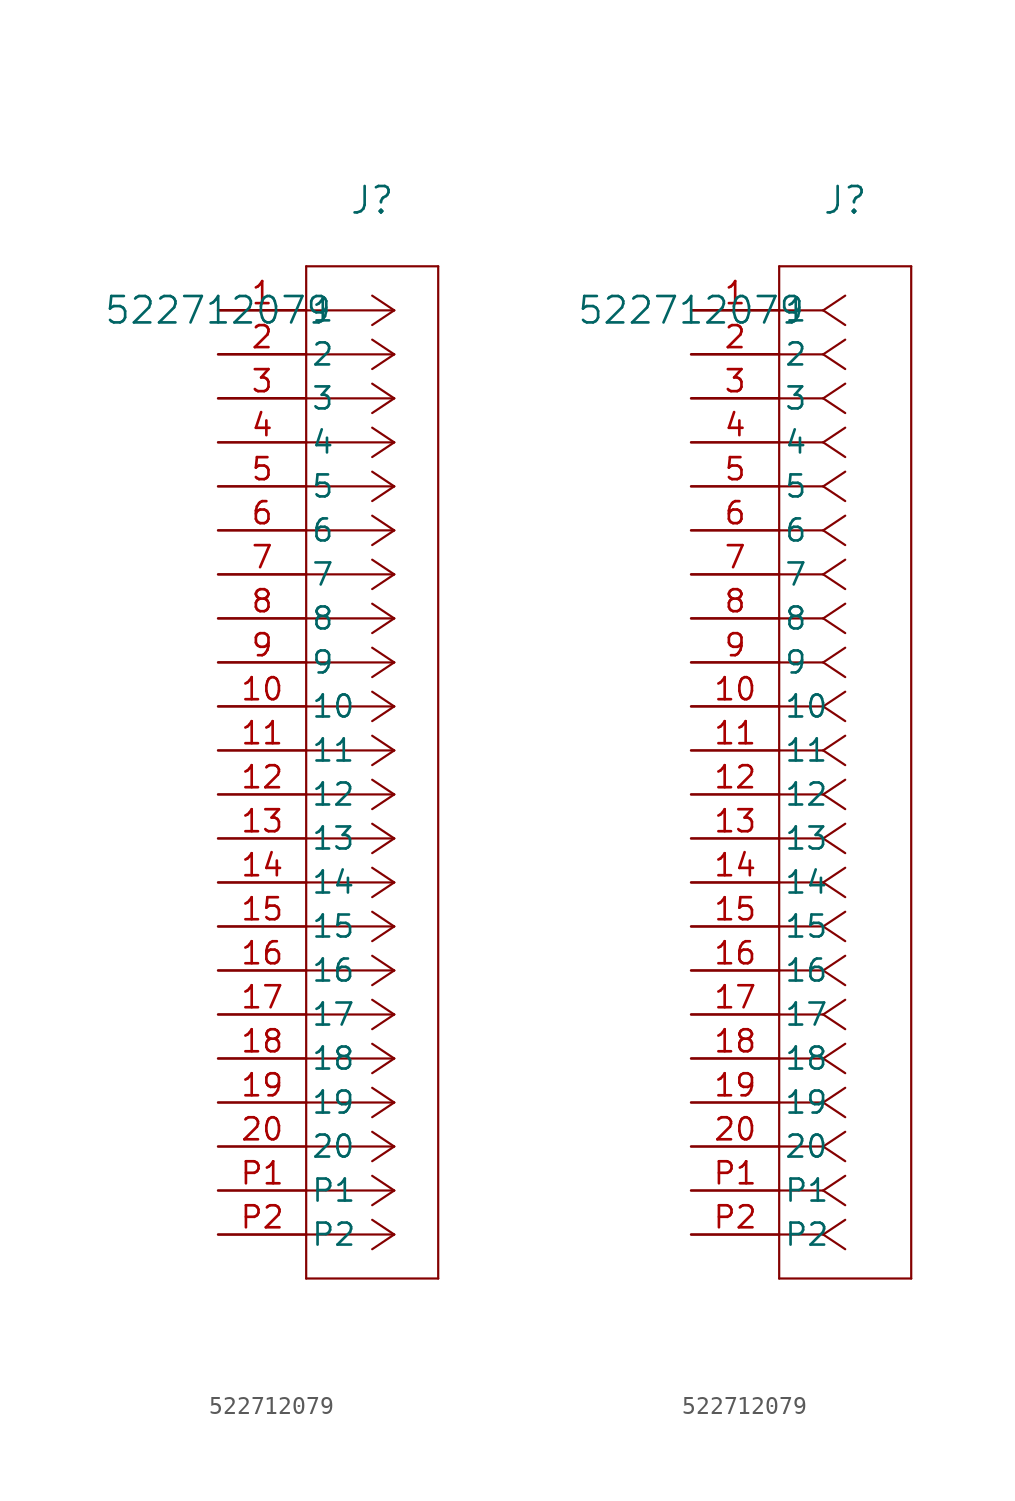
<source format=kicad_sym>
(kicad_symbol_lib
  (version 20211014)
  (generator kicad_symbol_editor)
  (symbol "522712079"
    (pin_names
      (offset 0.254))
    (property "Reference" "J"
      (at 8.89 6.35 0)
      (effects (font (size 1.524 1.524))))
    (property "Value" "522712079"
      (at 0 0 0)
      (effects (font (size 1.524 1.524))))
    (symbol "522712079_1_1"
      (polyline (pts (xy 10.16 0) (xy 5.08 0)) (stroke (width 0.127) (type default) (color 0 0 0 0)) (fill (type none)))
      (polyline (pts (xy 10.16 -2.54) (xy 5.08 -2.54)) (stroke (width 0.127) (type default) (color 0 0 0 0)) (fill (type none)))
      (polyline (pts (xy 10.16 -5.08) (xy 5.08 -5.08)) (stroke (width 0.127) (type default) (color 0 0 0 0)) (fill (type none)))
      (polyline (pts (xy 10.16 -7.62) (xy 5.08 -7.62)) (stroke (width 0.127) (type default) (color 0 0 0 0)) (fill (type none)))
      (polyline (pts (xy 10.16 -10.16) (xy 5.08 -10.16)) (stroke (width 0.127) (type default) (color 0 0 0 0)) (fill (type none)))
      (polyline (pts (xy 10.16 -12.7) (xy 5.08 -12.7)) (stroke (width 0.127) (type default) (color 0 0 0 0)) (fill (type none)))
      (polyline (pts (xy 10.16 -15.24) (xy 5.08 -15.24)) (stroke (width 0.127) (type default) (color 0 0 0 0)) (fill (type none)))
      (polyline (pts (xy 10.16 -17.78) (xy 5.08 -17.78)) (stroke (width 0.127) (type default) (color 0 0 0 0)) (fill (type none)))
      (polyline (pts (xy 10.16 -20.32) (xy 5.08 -20.32)) (stroke (width 0.127) (type default) (color 0 0 0 0)) (fill (type none)))
      (polyline (pts (xy 10.16 -22.86) (xy 5.08 -22.86)) (stroke (width 0.127) (type default) (color 0 0 0 0)) (fill (type none)))
      (polyline (pts (xy 10.16 -25.4) (xy 5.08 -25.4)) (stroke (width 0.127) (type default) (color 0 0 0 0)) (fill (type none)))
      (polyline (pts (xy 10.16 -27.94) (xy 5.08 -27.94)) (stroke (width 0.127) (type default) (color 0 0 0 0)) (fill (type none)))
      (polyline (pts (xy 10.16 -30.48) (xy 5.08 -30.48)) (stroke (width 0.127) (type default) (color 0 0 0 0)) (fill (type none)))
      (polyline (pts (xy 10.16 -33.02) (xy 5.08 -33.02)) (stroke (width 0.127) (type default) (color 0 0 0 0)) (fill (type none)))
      (polyline (pts (xy 10.16 -35.56) (xy 5.08 -35.56)) (stroke (width 0.127) (type default) (color 0 0 0 0)) (fill (type none)))
      (polyline (pts (xy 10.16 -38.1) (xy 5.08 -38.1)) (stroke (width 0.127) (type default) (color 0 0 0 0)) (fill (type none)))
      (polyline (pts (xy 10.16 -40.64) (xy 5.08 -40.64)) (stroke (width 0.127) (type default) (color 0 0 0 0)) (fill (type none)))
      (polyline (pts (xy 10.16 -43.18) (xy 5.08 -43.18)) (stroke (width 0.127) (type default) (color 0 0 0 0)) (fill (type none)))
      (polyline (pts (xy 10.16 -45.72) (xy 5.08 -45.72)) (stroke (width 0.127) (type default) (color 0 0 0 0)) (fill (type none)))
      (polyline (pts (xy 10.16 -48.26) (xy 5.08 -48.26)) (stroke (width 0.127) (type default) (color 0 0 0 0)) (fill (type none)))
      (polyline (pts (xy 10.16 -50.8) (xy 5.08 -50.8)) (stroke (width 0.127) (type default) (color 0 0 0 0)) (fill (type none)))
      (polyline (pts (xy 10.16 -53.34) (xy 5.08 -53.34)) (stroke (width 0.127) (type default) (color 0 0 0 0)) (fill (type none)))
      (polyline (pts (xy 10.16 0) (xy 8.89 0.847)) (stroke (width 0.127) (type default) (color 0 0 0 0)) (fill (type none)))
      (polyline (pts (xy 10.16 -2.54) (xy 8.89 -1.693)) (stroke (width 0.127) (type default) (color 0 0 0 0)) (fill (type none)))
      (polyline (pts (xy 10.16 -5.08) (xy 8.89 -4.233)) (stroke (width 0.127) (type default) (color 0 0 0 0)) (fill (type none)))
      (polyline (pts (xy 10.16 -7.62) (xy 8.89 -6.773)) (stroke (width 0.127) (type default) (color 0 0 0 0)) (fill (type none)))
      (polyline (pts (xy 10.16 -10.16) (xy 8.89 -9.313)) (stroke (width 0.127) (type default) (color 0 0 0 0)) (fill (type none)))
      (polyline (pts (xy 10.16 -12.7) (xy 8.89 -11.853)) (stroke (width 0.127) (type default) (color 0 0 0 0)) (fill (type none)))
      (polyline (pts (xy 10.16 -15.24) (xy 8.89 -14.393)) (stroke (width 0.127) (type default) (color 0 0 0 0)) (fill (type none)))
      (polyline (pts (xy 10.16 -17.78) (xy 8.89 -16.933)) (stroke (width 0.127) (type default) (color 0 0 0 0)) (fill (type none)))
      (polyline (pts (xy 10.16 -20.32) (xy 8.89 -19.473)) (stroke (width 0.127) (type default) (color 0 0 0 0)) (fill (type none)))
      (polyline (pts (xy 10.16 -22.86) (xy 8.89 -22.013)) (stroke (width 0.127) (type default) (color 0 0 0 0)) (fill (type none)))
      (polyline (pts (xy 10.16 -25.4) (xy 8.89 -24.553)) (stroke (width 0.127) (type default) (color 0 0 0 0)) (fill (type none)))
      (polyline (pts (xy 10.16 -27.94) (xy 8.89 -27.093)) (stroke (width 0.127) (type default) (color 0 0 0 0)) (fill (type none)))
      (polyline (pts (xy 10.16 -30.48) (xy 8.89 -29.633)) (stroke (width 0.127) (type default) (color 0 0 0 0)) (fill (type none)))
      (polyline (pts (xy 10.16 -33.02) (xy 8.89 -32.173)) (stroke (width 0.127) (type default) (color 0 0 0 0)) (fill (type none)))
      (polyline (pts (xy 10.16 -35.56) (xy 8.89 -34.713)) (stroke (width 0.127) (type default) (color 0 0 0 0)) (fill (type none)))
      (polyline (pts (xy 10.16 -38.1) (xy 8.89 -37.253)) (stroke (width 0.127) (type default) (color 0 0 0 0)) (fill (type none)))
      (polyline (pts (xy 10.16 -40.64) (xy 8.89 -39.793)) (stroke (width 0.127) (type default) (color 0 0 0 0)) (fill (type none)))
      (polyline (pts (xy 10.16 -43.18) (xy 8.89 -42.333)) (stroke (width 0.127) (type default) (color 0 0 0 0)) (fill (type none)))
      (polyline (pts (xy 10.16 -45.72) (xy 8.89 -44.873)) (stroke (width 0.127) (type default) (color 0 0 0 0)) (fill (type none)))
      (polyline (pts (xy 10.16 -48.26) (xy 8.89 -47.413)) (stroke (width 0.127) (type default) (color 0 0 0 0)) (fill (type none)))
      (polyline (pts (xy 10.16 -50.8) (xy 8.89 -49.953)) (stroke (width 0.127) (type default) (color 0 0 0 0)) (fill (type none)))
      (polyline (pts (xy 10.16 -53.34) (xy 8.89 -52.493)) (stroke (width 0.127) (type default) (color 0 0 0 0)) (fill (type none)))
      (polyline (pts (xy 10.16 0) (xy 8.89 -0.847)) (stroke (width 0.127) (type default) (color 0 0 0 0)) (fill (type none)))
      (polyline (pts (xy 10.16 -2.54) (xy 8.89 -3.387)) (stroke (width 0.127) (type default) (color 0 0 0 0)) (fill (type none)))
      (polyline (pts (xy 10.16 -5.08) (xy 8.89 -5.927)) (stroke (width 0.127) (type default) (color 0 0 0 0)) (fill (type none)))
      (polyline (pts (xy 10.16 -7.62) (xy 8.89 -8.467)) (stroke (width 0.127) (type default) (color 0 0 0 0)) (fill (type none)))
      (polyline (pts (xy 10.16 -10.16) (xy 8.89 -11.007)) (stroke (width 0.127) (type default) (color 0 0 0 0)) (fill (type none)))
      (polyline (pts (xy 10.16 -12.7) (xy 8.89 -13.547)) (stroke (width 0.127) (type default) (color 0 0 0 0)) (fill (type none)))
      (polyline (pts (xy 10.16 -15.24) (xy 8.89 -16.087)) (stroke (width 0.127) (type default) (color 0 0 0 0)) (fill (type none)))
      (polyline (pts (xy 10.16 -17.78) (xy 8.89 -18.627)) (stroke (width 0.127) (type default) (color 0 0 0 0)) (fill (type none)))
      (polyline (pts (xy 10.16 -20.32) (xy 8.89 -21.167)) (stroke (width 0.127) (type default) (color 0 0 0 0)) (fill (type none)))
      (polyline (pts (xy 10.16 -22.86) (xy 8.89 -23.707)) (stroke (width 0.127) (type default) (color 0 0 0 0)) (fill (type none)))
      (polyline (pts (xy 10.16 -25.4) (xy 8.89 -26.247)) (stroke (width 0.127) (type default) (color 0 0 0 0)) (fill (type none)))
      (polyline (pts (xy 10.16 -27.94) (xy 8.89 -28.787)) (stroke (width 0.127) (type default) (color 0 0 0 0)) (fill (type none)))
      (polyline (pts (xy 10.16 -30.48) (xy 8.89 -31.327)) (stroke (width 0.127) (type default) (color 0 0 0 0)) (fill (type none)))
      (polyline (pts (xy 10.16 -33.02) (xy 8.89 -33.867)) (stroke (width 0.127) (type default) (color 0 0 0 0)) (fill (type none)))
      (polyline (pts (xy 10.16 -35.56) (xy 8.89 -36.407)) (stroke (width 0.127) (type default) (color 0 0 0 0)) (fill (type none)))
      (polyline (pts (xy 10.16 -38.1) (xy 8.89 -38.947)) (stroke (width 0.127) (type default) (color 0 0 0 0)) (fill (type none)))
      (polyline (pts (xy 10.16 -40.64) (xy 8.89 -41.487)) (stroke (width 0.127) (type default) (color 0 0 0 0)) (fill (type none)))
      (polyline (pts (xy 10.16 -43.18) (xy 8.89 -44.027)) (stroke (width 0.127) (type default) (color 0 0 0 0)) (fill (type none)))
      (polyline (pts (xy 10.16 -45.72) (xy 8.89 -46.567)) (stroke (width 0.127) (type default) (color 0 0 0 0)) (fill (type none)))
      (polyline (pts (xy 10.16 -48.26) (xy 8.89 -49.107)) (stroke (width 0.127) (type default) (color 0 0 0 0)) (fill (type none)))
      (polyline (pts (xy 10.16 -50.8) (xy 8.89 -51.647)) (stroke (width 0.127) (type default) (color 0 0 0 0)) (fill (type none)))
      (polyline (pts (xy 10.16 -53.34) (xy 8.89 -54.187)) (stroke (width 0.127) (type default) (color 0 0 0 0)) (fill (type none)))
      (polyline (pts (xy 5.08 2.54) (xy 5.08 -55.88)) (stroke (width 0.127) (type default) (color 0 0 0 0)) (fill (type none)))
      (polyline (pts (xy 5.08 -55.88) (xy 12.7 -55.88)) (stroke (width 0.127) (type default) (color 0 0 0 0)) (fill (type none)))
      (polyline (pts (xy 12.7 -55.88) (xy 12.7 2.54)) (stroke (width 0.127) (type default) (color 0 0 0 0)) (fill (type none)))
      (polyline (pts (xy 12.7 2.54) (xy 5.08 2.54)) (stroke (width 0.127) (type default) (color 0 0 0 0)) (fill (type none)))
      (pin unspecified line (at 0 0 0) (length 5.08) (name "1" (effects (font (size 1.27 1.27)))) (number "1" (effects (font (size 1.27 1.27)))))
      (pin unspecified line (at 0 -2.54 0) (length 5.08) (name "2" (effects (font (size 1.27 1.27)))) (number "2" (effects (font (size 1.27 1.27)))))
      (pin unspecified line (at 0 -5.08 0) (length 5.08) (name "3" (effects (font (size 1.27 1.27)))) (number "3" (effects (font (size 1.27 1.27)))))
      (pin unspecified line (at 0 -7.62 0) (length 5.08) (name "4" (effects (font (size 1.27 1.27)))) (number "4" (effects (font (size 1.27 1.27)))))
      (pin unspecified line (at 0 -10.16 0) (length 5.08) (name "5" (effects (font (size 1.27 1.27)))) (number "5" (effects (font (size 1.27 1.27)))))
      (pin unspecified line (at 0 -12.7 0) (length 5.08) (name "6" (effects (font (size 1.27 1.27)))) (number "6" (effects (font (size 1.27 1.27)))))
      (pin unspecified line (at 0 -15.24 0) (length 5.08) (name "7" (effects (font (size 1.27 1.27)))) (number "7" (effects (font (size 1.27 1.27)))))
      (pin unspecified line (at 0 -17.78 0) (length 5.08) (name "8" (effects (font (size 1.27 1.27)))) (number "8" (effects (font (size 1.27 1.27)))))
      (pin unspecified line (at 0 -20.32 0) (length 5.08) (name "9" (effects (font (size 1.27 1.27)))) (number "9" (effects (font (size 1.27 1.27)))))
      (pin unspecified line (at 0 -22.86 0) (length 5.08) (name "10" (effects (font (size 1.27 1.27)))) (number "10" (effects (font (size 1.27 1.27)))))
      (pin unspecified line (at 0 -25.4 0) (length 5.08) (name "11" (effects (font (size 1.27 1.27)))) (number "11" (effects (font (size 1.27 1.27)))))
      (pin unspecified line (at 0 -27.94 0) (length 5.08) (name "12" (effects (font (size 1.27 1.27)))) (number "12" (effects (font (size 1.27 1.27)))))
      (pin unspecified line (at 0 -30.48 0) (length 5.08) (name "13" (effects (font (size 1.27 1.27)))) (number "13" (effects (font (size 1.27 1.27)))))
      (pin unspecified line (at 0 -33.02 0) (length 5.08) (name "14" (effects (font (size 1.27 1.27)))) (number "14" (effects (font (size 1.27 1.27)))))
      (pin unspecified line (at 0 -35.56 0) (length 5.08) (name "15" (effects (font (size 1.27 1.27)))) (number "15" (effects (font (size 1.27 1.27)))))
      (pin unspecified line (at 0 -38.1 0) (length 5.08) (name "16" (effects (font (size 1.27 1.27)))) (number "16" (effects (font (size 1.27 1.27)))))
      (pin unspecified line (at 0 -40.64 0) (length 5.08) (name "17" (effects (font (size 1.27 1.27)))) (number "17" (effects (font (size 1.27 1.27)))))
      (pin unspecified line (at 0 -43.18 0) (length 5.08) (name "18" (effects (font (size 1.27 1.27)))) (number "18" (effects (font (size 1.27 1.27)))))
      (pin unspecified line (at 0 -45.72 0) (length 5.08) (name "19" (effects (font (size 1.27 1.27)))) (number "19" (effects (font (size 1.27 1.27)))))
      (pin unspecified line (at 0 -48.26 0) (length 5.08) (name "20" (effects (font (size 1.27 1.27)))) (number "20" (effects (font (size 1.27 1.27)))))
      (pin unspecified line (at 0 -50.8 0) (length 5.08) (name "P1" (effects (font (size 1.27 1.27)))) (number "P1" (effects (font (size 1.27 1.27)))))
      (pin unspecified line (at 0 -53.34 0) (length 5.08) (name "P2" (effects (font (size 1.27 1.27)))) (number "P2" (effects (font (size 1.27 1.27))))))
    (symbol "522712079_1_2"
      (polyline (pts (xy 7.62 0) (xy 5.08 0)) (stroke (width 0.127) (type default) (color 0 0 0 0)) (fill (type none)))
      (polyline (pts (xy 7.62 -2.54) (xy 5.08 -2.54)) (stroke (width 0.127) (type default) (color 0 0 0 0)) (fill (type none)))
      (polyline (pts (xy 7.62 -5.08) (xy 5.08 -5.08)) (stroke (width 0.127) (type default) (color 0 0 0 0)) (fill (type none)))
      (polyline (pts (xy 7.62 -7.62) (xy 5.08 -7.62)) (stroke (width 0.127) (type default) (color 0 0 0 0)) (fill (type none)))
      (polyline (pts (xy 7.62 -10.16) (xy 5.08 -10.16)) (stroke (width 0.127) (type default) (color 0 0 0 0)) (fill (type none)))
      (polyline (pts (xy 7.62 -12.7) (xy 5.08 -12.7)) (stroke (width 0.127) (type default) (color 0 0 0 0)) (fill (type none)))
      (polyline (pts (xy 7.62 -15.24) (xy 5.08 -15.24)) (stroke (width 0.127) (type default) (color 0 0 0 0)) (fill (type none)))
      (polyline (pts (xy 7.62 -17.78) (xy 5.08 -17.78)) (stroke (width 0.127) (type default) (color 0 0 0 0)) (fill (type none)))
      (polyline (pts (xy 7.62 -20.32) (xy 5.08 -20.32)) (stroke (width 0.127) (type default) (color 0 0 0 0)) (fill (type none)))
      (polyline (pts (xy 7.62 -22.86) (xy 5.08 -22.86)) (stroke (width 0.127) (type default) (color 0 0 0 0)) (fill (type none)))
      (polyline (pts (xy 7.62 -25.4) (xy 5.08 -25.4)) (stroke (width 0.127) (type default) (color 0 0 0 0)) (fill (type none)))
      (polyline (pts (xy 7.62 -27.94) (xy 5.08 -27.94)) (stroke (width 0.127) (type default) (color 0 0 0 0)) (fill (type none)))
      (polyline (pts (xy 7.62 -30.48) (xy 5.08 -30.48)) (stroke (width 0.127) (type default) (color 0 0 0 0)) (fill (type none)))
      (polyline (pts (xy 7.62 -33.02) (xy 5.08 -33.02)) (stroke (width 0.127) (type default) (color 0 0 0 0)) (fill (type none)))
      (polyline (pts (xy 7.62 -35.56) (xy 5.08 -35.56)) (stroke (width 0.127) (type default) (color 0 0 0 0)) (fill (type none)))
      (polyline (pts (xy 7.62 -38.1) (xy 5.08 -38.1)) (stroke (width 0.127) (type default) (color 0 0 0 0)) (fill (type none)))
      (polyline (pts (xy 7.62 -40.64) (xy 5.08 -40.64)) (stroke (width 0.127) (type default) (color 0 0 0 0)) (fill (type none)))
      (polyline (pts (xy 7.62 -43.18) (xy 5.08 -43.18)) (stroke (width 0.127) (type default) (color 0 0 0 0)) (fill (type none)))
      (polyline (pts (xy 7.62 -45.72) (xy 5.08 -45.72)) (stroke (width 0.127) (type default) (color 0 0 0 0)) (fill (type none)))
      (polyline (pts (xy 7.62 -48.26) (xy 5.08 -48.26)) (stroke (width 0.127) (type default) (color 0 0 0 0)) (fill (type none)))
      (polyline (pts (xy 7.62 -50.8) (xy 5.08 -50.8)) (stroke (width 0.127) (type default) (color 0 0 0 0)) (fill (type none)))
      (polyline (pts (xy 7.62 -53.34) (xy 5.08 -53.34)) (stroke (width 0.127) (type default) (color 0 0 0 0)) (fill (type none)))
      (polyline (pts (xy 7.62 0) (xy 8.89 0.847)) (stroke (width 0.127) (type default) (color 0 0 0 0)) (fill (type none)))
      (polyline (pts (xy 7.62 -2.54) (xy 8.89 -1.693)) (stroke (width 0.127) (type default) (color 0 0 0 0)) (fill (type none)))
      (polyline (pts (xy 7.62 -5.08) (xy 8.89 -4.233)) (stroke (width 0.127) (type default) (color 0 0 0 0)) (fill (type none)))
      (polyline (pts (xy 7.62 -7.62) (xy 8.89 -6.773)) (stroke (width 0.127) (type default) (color 0 0 0 0)) (fill (type none)))
      (polyline (pts (xy 7.62 -10.16) (xy 8.89 -9.313)) (stroke (width 0.127) (type default) (color 0 0 0 0)) (fill (type none)))
      (polyline (pts (xy 7.62 -12.7) (xy 8.89 -11.853)) (stroke (width 0.127) (type default) (color 0 0 0 0)) (fill (type none)))
      (polyline (pts (xy 7.62 -15.24) (xy 8.89 -14.393)) (stroke (width 0.127) (type default) (color 0 0 0 0)) (fill (type none)))
      (polyline (pts (xy 7.62 -17.78) (xy 8.89 -16.933)) (stroke (width 0.127) (type default) (color 0 0 0 0)) (fill (type none)))
      (polyline (pts (xy 7.62 -20.32) (xy 8.89 -19.473)) (stroke (width 0.127) (type default) (color 0 0 0 0)) (fill (type none)))
      (polyline (pts (xy 7.62 -22.86) (xy 8.89 -22.013)) (stroke (width 0.127) (type default) (color 0 0 0 0)) (fill (type none)))
      (polyline (pts (xy 7.62 -25.4) (xy 8.89 -24.553)) (stroke (width 0.127) (type default) (color 0 0 0 0)) (fill (type none)))
      (polyline (pts (xy 7.62 -27.94) (xy 8.89 -27.093)) (stroke (width 0.127) (type default) (color 0 0 0 0)) (fill (type none)))
      (polyline (pts (xy 7.62 -30.48) (xy 8.89 -29.633)) (stroke (width 0.127) (type default) (color 0 0 0 0)) (fill (type none)))
      (polyline (pts (xy 7.62 -33.02) (xy 8.89 -32.173)) (stroke (width 0.127) (type default) (color 0 0 0 0)) (fill (type none)))
      (polyline (pts (xy 7.62 -35.56) (xy 8.89 -34.713)) (stroke (width 0.127) (type default) (color 0 0 0 0)) (fill (type none)))
      (polyline (pts (xy 7.62 -38.1) (xy 8.89 -37.253)) (stroke (width 0.127) (type default) (color 0 0 0 0)) (fill (type none)))
      (polyline (pts (xy 7.62 -40.64) (xy 8.89 -39.793)) (stroke (width 0.127) (type default) (color 0 0 0 0)) (fill (type none)))
      (polyline (pts (xy 7.62 -43.18) (xy 8.89 -42.333)) (stroke (width 0.127) (type default) (color 0 0 0 0)) (fill (type none)))
      (polyline (pts (xy 7.62 -45.72) (xy 8.89 -44.873)) (stroke (width 0.127) (type default) (color 0 0 0 0)) (fill (type none)))
      (polyline (pts (xy 7.62 -48.26) (xy 8.89 -47.413)) (stroke (width 0.127) (type default) (color 0 0 0 0)) (fill (type none)))
      (polyline (pts (xy 7.62 -50.8) (xy 8.89 -49.953)) (stroke (width 0.127) (type default) (color 0 0 0 0)) (fill (type none)))
      (polyline (pts (xy 7.62 -53.34) (xy 8.89 -52.493)) (stroke (width 0.127) (type default) (color 0 0 0 0)) (fill (type none)))
      (polyline (pts (xy 7.62 0) (xy 8.89 -0.847)) (stroke (width 0.127) (type default) (color 0 0 0 0)) (fill (type none)))
      (polyline (pts (xy 7.62 -2.54) (xy 8.89 -3.387)) (stroke (width 0.127) (type default) (color 0 0 0 0)) (fill (type none)))
      (polyline (pts (xy 7.62 -5.08) (xy 8.89 -5.927)) (stroke (width 0.127) (type default) (color 0 0 0 0)) (fill (type none)))
      (polyline (pts (xy 7.62 -7.62) (xy 8.89 -8.467)) (stroke (width 0.127) (type default) (color 0 0 0 0)) (fill (type none)))
      (polyline (pts (xy 7.62 -10.16) (xy 8.89 -11.007)) (stroke (width 0.127) (type default) (color 0 0 0 0)) (fill (type none)))
      (polyline (pts (xy 7.62 -12.7) (xy 8.89 -13.547)) (stroke (width 0.127) (type default) (color 0 0 0 0)) (fill (type none)))
      (polyline (pts (xy 7.62 -15.24) (xy 8.89 -16.087)) (stroke (width 0.127) (type default) (color 0 0 0 0)) (fill (type none)))
      (polyline (pts (xy 7.62 -17.78) (xy 8.89 -18.627)) (stroke (width 0.127) (type default) (color 0 0 0 0)) (fill (type none)))
      (polyline (pts (xy 7.62 -20.32) (xy 8.89 -21.167)) (stroke (width 0.127) (type default) (color 0 0 0 0)) (fill (type none)))
      (polyline (pts (xy 7.62 -22.86) (xy 8.89 -23.707)) (stroke (width 0.127) (type default) (color 0 0 0 0)) (fill (type none)))
      (polyline (pts (xy 7.62 -25.4) (xy 8.89 -26.247)) (stroke (width 0.127) (type default) (color 0 0 0 0)) (fill (type none)))
      (polyline (pts (xy 7.62 -27.94) (xy 8.89 -28.787)) (stroke (width 0.127) (type default) (color 0 0 0 0)) (fill (type none)))
      (polyline (pts (xy 7.62 -30.48) (xy 8.89 -31.327)) (stroke (width 0.127) (type default) (color 0 0 0 0)) (fill (type none)))
      (polyline (pts (xy 7.62 -33.02) (xy 8.89 -33.867)) (stroke (width 0.127) (type default) (color 0 0 0 0)) (fill (type none)))
      (polyline (pts (xy 7.62 -35.56) (xy 8.89 -36.407)) (stroke (width 0.127) (type default) (color 0 0 0 0)) (fill (type none)))
      (polyline (pts (xy 7.62 -38.1) (xy 8.89 -38.947)) (stroke (width 0.127) (type default) (color 0 0 0 0)) (fill (type none)))
      (polyline (pts (xy 7.62 -40.64) (xy 8.89 -41.487)) (stroke (width 0.127) (type default) (color 0 0 0 0)) (fill (type none)))
      (polyline (pts (xy 7.62 -43.18) (xy 8.89 -44.027)) (stroke (width 0.127) (type default) (color 0 0 0 0)) (fill (type none)))
      (polyline (pts (xy 7.62 -45.72) (xy 8.89 -46.567)) (stroke (width 0.127) (type default) (color 0 0 0 0)) (fill (type none)))
      (polyline (pts (xy 7.62 -48.26) (xy 8.89 -49.107)) (stroke (width 0.127) (type default) (color 0 0 0 0)) (fill (type none)))
      (polyline (pts (xy 7.62 -50.8) (xy 8.89 -51.647)) (stroke (width 0.127) (type default) (color 0 0 0 0)) (fill (type none)))
      (polyline (pts (xy 7.62 -53.34) (xy 8.89 -54.187)) (stroke (width 0.127) (type default) (color 0 0 0 0)) (fill (type none)))
      (polyline (pts (xy 5.08 2.54) (xy 5.08 -55.88)) (stroke (width 0.127) (type default) (color 0 0 0 0)) (fill (type none)))
      (polyline (pts (xy 5.08 -55.88) (xy 12.7 -55.88)) (stroke (width 0.127) (type default) (color 0 0 0 0)) (fill (type none)))
      (polyline (pts (xy 12.7 -55.88) (xy 12.7 2.54)) (stroke (width 0.127) (type default) (color 0 0 0 0)) (fill (type none)))
      (polyline (pts (xy 12.7 2.54) (xy 5.08 2.54)) (stroke (width 0.127) (type default) (color 0 0 0 0)) (fill (type none)))
      (pin unspecified line (at 0 0 0) (length 5.08) (name "1" (effects (font (size 1.27 1.27)))) (number "1" (effects (font (size 1.27 1.27)))))
      (pin unspecified line (at 0 -2.54 0) (length 5.08) (name "2" (effects (font (size 1.27 1.27)))) (number "2" (effects (font (size 1.27 1.27)))))
      (pin unspecified line (at 0 -5.08 0) (length 5.08) (name "3" (effects (font (size 1.27 1.27)))) (number "3" (effects (font (size 1.27 1.27)))))
      (pin unspecified line (at 0 -7.62 0) (length 5.08) (name "4" (effects (font (size 1.27 1.27)))) (number "4" (effects (font (size 1.27 1.27)))))
      (pin unspecified line (at 0 -10.16 0) (length 5.08) (name "5" (effects (font (size 1.27 1.27)))) (number "5" (effects (font (size 1.27 1.27)))))
      (pin unspecified line (at 0 -12.7 0) (length 5.08) (name "6" (effects (font (size 1.27 1.27)))) (number "6" (effects (font (size 1.27 1.27)))))
      (pin unspecified line (at 0 -15.24 0) (length 5.08) (name "7" (effects (font (size 1.27 1.27)))) (number "7" (effects (font (size 1.27 1.27)))))
      (pin unspecified line (at 0 -17.78 0) (length 5.08) (name "8" (effects (font (size 1.27 1.27)))) (number "8" (effects (font (size 1.27 1.27)))))
      (pin unspecified line (at 0 -20.32 0) (length 5.08) (name "9" (effects (font (size 1.27 1.27)))) (number "9" (effects (font (size 1.27 1.27)))))
      (pin unspecified line (at 0 -22.86 0) (length 5.08) (name "10" (effects (font (size 1.27 1.27)))) (number "10" (effects (font (size 1.27 1.27)))))
      (pin unspecified line (at 0 -25.4 0) (length 5.08) (name "11" (effects (font (size 1.27 1.27)))) (number "11" (effects (font (size 1.27 1.27)))))
      (pin unspecified line (at 0 -27.94 0) (length 5.08) (name "12" (effects (font (size 1.27 1.27)))) (number "12" (effects (font (size 1.27 1.27)))))
      (pin unspecified line (at 0 -30.48 0) (length 5.08) (name "13" (effects (font (size 1.27 1.27)))) (number "13" (effects (font (size 1.27 1.27)))))
      (pin unspecified line (at 0 -33.02 0) (length 5.08) (name "14" (effects (font (size 1.27 1.27)))) (number "14" (effects (font (size 1.27 1.27)))))
      (pin unspecified line (at 0 -35.56 0) (length 5.08) (name "15" (effects (font (size 1.27 1.27)))) (number "15" (effects (font (size 1.27 1.27)))))
      (pin unspecified line (at 0 -38.1 0) (length 5.08) (name "16" (effects (font (size 1.27 1.27)))) (number "16" (effects (font (size 1.27 1.27)))))
      (pin unspecified line (at 0 -40.64 0) (length 5.08) (name "17" (effects (font (size 1.27 1.27)))) (number "17" (effects (font (size 1.27 1.27)))))
      (pin unspecified line (at 0 -43.18 0) (length 5.08) (name "18" (effects (font (size 1.27 1.27)))) (number "18" (effects (font (size 1.27 1.27)))))
      (pin unspecified line (at 0 -45.72 0) (length 5.08) (name "19" (effects (font (size 1.27 1.27)))) (number "19" (effects (font (size 1.27 1.27)))))
      (pin unspecified line (at 0 -48.26 0) (length 5.08) (name "20" (effects (font (size 1.27 1.27)))) (number "20" (effects (font (size 1.27 1.27)))))
      (pin unspecified line (at 0 -50.8 0) (length 5.08) (name "P1" (effects (font (size 1.27 1.27)))) (number "P1" (effects (font (size 1.27 1.27)))))
      (pin unspecified line (at 0 -53.34 0) (length 5.08) (name "P2" (effects (font (size 1.27 1.27)))) (number "P2" (effects (font (size 1.27 1.27))))))))
</source>
